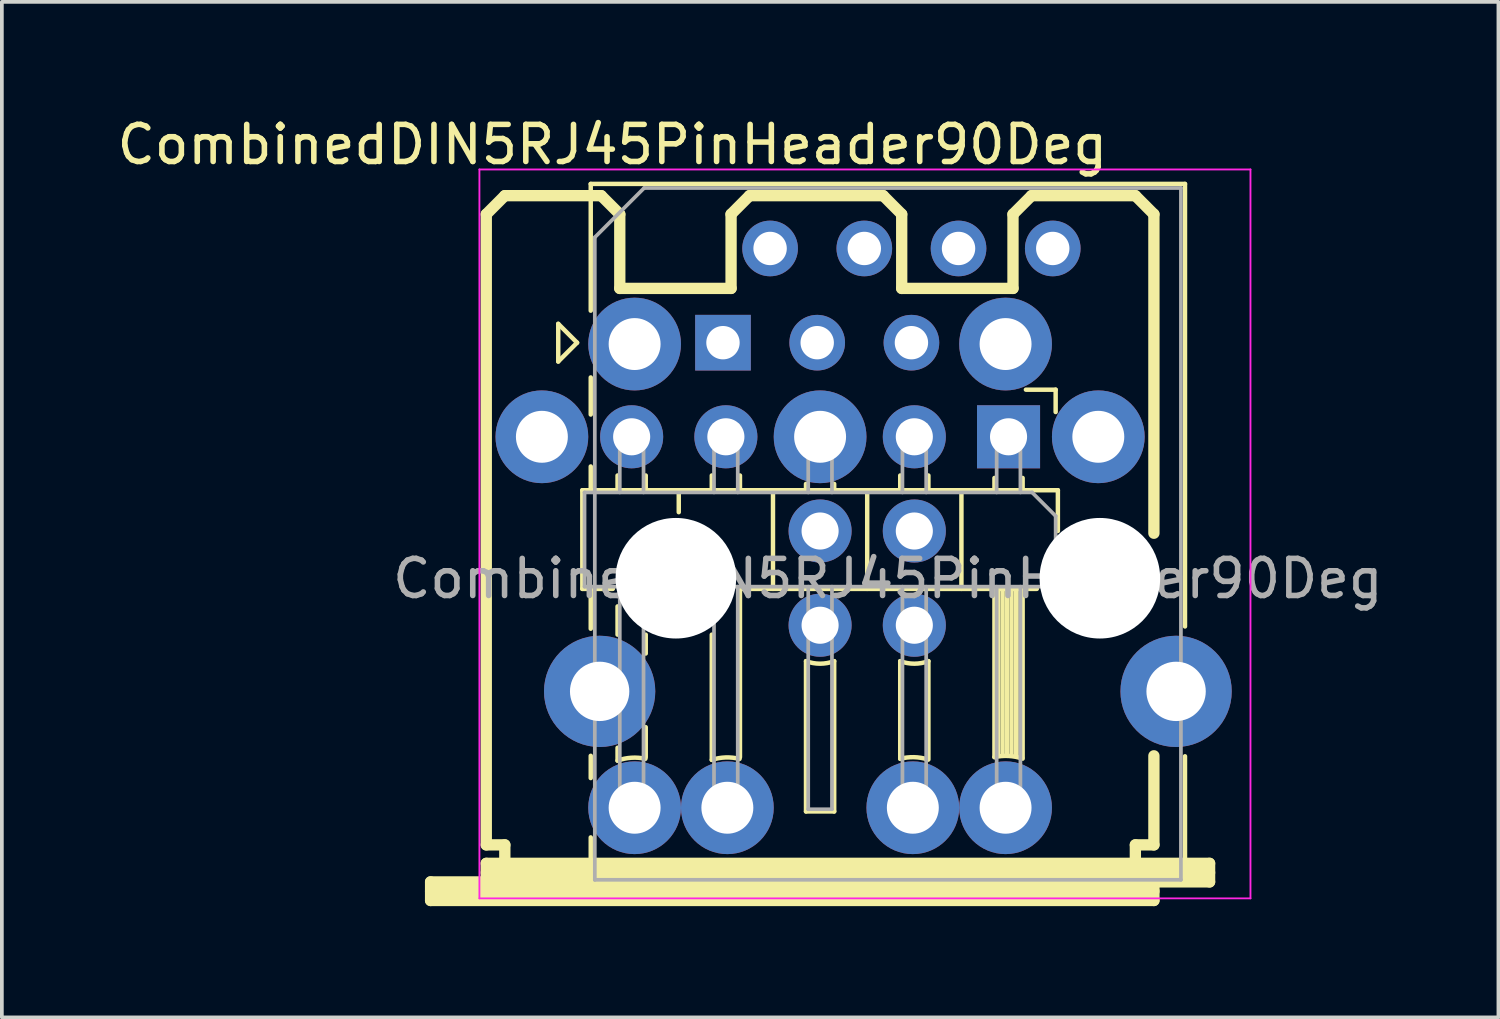
<source format=kicad_pcb>
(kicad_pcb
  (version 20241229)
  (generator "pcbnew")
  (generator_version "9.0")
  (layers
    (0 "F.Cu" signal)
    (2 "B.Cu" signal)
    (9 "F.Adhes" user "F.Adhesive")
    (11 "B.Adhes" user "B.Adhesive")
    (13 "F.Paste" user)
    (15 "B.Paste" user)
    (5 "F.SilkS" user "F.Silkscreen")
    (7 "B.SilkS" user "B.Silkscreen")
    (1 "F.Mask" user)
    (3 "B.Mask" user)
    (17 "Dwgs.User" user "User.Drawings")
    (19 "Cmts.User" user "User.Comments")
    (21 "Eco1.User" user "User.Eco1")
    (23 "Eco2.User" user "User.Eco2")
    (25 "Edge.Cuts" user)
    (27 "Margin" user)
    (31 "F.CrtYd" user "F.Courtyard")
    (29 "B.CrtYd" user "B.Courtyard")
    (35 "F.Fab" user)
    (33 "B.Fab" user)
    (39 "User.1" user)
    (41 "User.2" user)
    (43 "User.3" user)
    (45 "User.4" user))
  (footprint "CombinedDIN5RJ45PinHeader90Deg"
    (layer "F.Cu")
    (at 19.058 11.725)
    (property "Reference" "CombinedDIN5RJ45PinHeader90Deg" (at -5.6 -10.877 0) (layer "F.SilkS") (effects (font (size 1 1) (thickness 0.15))))
    (attr through_hole)
    (fp_line (start -10.5 8.999) (end -8.999 8.999) (stroke (width 0.305) (type solid)) (layer "F.SilkS"))
    (fp_line (start -10.5 9.251) (end 8.999 9.251) (stroke (width 0.305) (type solid)) (layer "F.SilkS"))
    (fp_line (start -10.5 9.5) (end -10.5 8.999) (stroke (width 0.305) (type solid)) (layer "F.SilkS"))
    (fp_line (start -8.999 -8.999) (end -8.999 8.001) (stroke (width 0.305) (type solid)) (layer "F.SilkS"))
    (fp_line (start -8.999 -8.999) (end -8.499 -9.5) (stroke (width 0.305) (type solid)) (layer "F.SilkS"))
    (fp_line (start -8.999 8.001) (end -8.499 8.001) (stroke (width 0.305) (type solid)) (layer "F.SilkS"))
    (fp_line (start -8.999 8.499) (end 10.5 8.499) (stroke (width 0.305) (type solid)) (layer "F.SilkS"))
    (fp_line (start -8.999 8.75) (end 10.5 8.75) (stroke (width 0.305) (type solid)) (layer "F.SilkS"))
    (fp_line (start -8.999 8.999) (end -8.999 8.499) (stroke (width 0.305) (type solid)) (layer "F.SilkS"))
    (fp_line (start -8.499 -9.5) (end -5.9 -9.5) (stroke (width 0.305) (type solid)) (layer "F.SilkS"))
    (fp_line (start -8.499 8.001) (end -8.499 8.499) (stroke (width 0.305) (type solid)) (layer "F.SilkS"))
    (fp_line (start -7.059 -6.045) (end -7.059 -5.029) (stroke (width 0.12) (type solid)) (layer "F.SilkS"))
    (fp_line (start -7.059 -5.029) (end -6.551 -5.537) (stroke (width 0.12) (type solid)) (layer "F.SilkS"))
    (fp_line (start -6.551 -5.537) (end -7.059 -6.045) (stroke (width 0.12) (type solid)) (layer "F.SilkS"))
    (fp_line (start -6.41 -1.56) (end -6.41 1.1) (stroke (width 0.12) (type solid)) (layer "F.SilkS"))
    (fp_line (start -6.183 -9.817) (end -6.183 -6.4) (stroke (width 0.12) (type solid)) (layer "F.SilkS"))
    (fp_line (start -6.183 -3.6) (end -6.183 -4.6) (stroke (width 0.12) (type solid)) (layer "F.SilkS"))
    (fp_line (start -6.183 -2.2) (end -6.183 -1.56) (stroke (width 0.12) (type solid)) (layer "F.SilkS"))
    (fp_line (start -6.183 1.092) (end -6.183 2.174) (stroke (width 0.12) (type solid)) (layer "F.SilkS"))
    (fp_line (start -6.183 5.6) (end -6.183 6.2) (stroke (width 0.12) (type solid)) (layer "F.SilkS"))
    (fp_line (start -6.183 7.8) (end -6.183 9.053) (stroke (width 0.12) (type solid)) (layer "F.SilkS"))
    (fp_line (start -5.9 -9.5) (end -5.4 -9) (stroke (width 0.305) (type solid)) (layer "F.SilkS"))
    (fp_line (start -5.588 1.1) (end -6.41 1.1) (stroke (width 0.12) (type solid)) (layer "F.SilkS"))
    (fp_line (start -5.46 -1.957) (end -5.46 -1.56) (stroke (width 0.12) (type solid)) (layer "F.SilkS"))
    (fp_line (start -5.46 2.334) (end -5.46 1.572) (stroke (width 0.12) (type solid)) (layer "F.SilkS"))
    (fp_line (start -5.46 5.382) (end -5.46 5.73) (stroke (width 0.12) (type solid)) (layer "F.SilkS"))
    (fp_line (start -5.4 -8.999) (end -5.4 -7) (stroke (width 0.305) (type solid)) (layer "F.SilkS"))
    (fp_line (start -5.4 -7) (end -2.4 -7) (stroke (width 0.305) (type solid)) (layer "F.SilkS"))
    (fp_line (start -4.7 -1.957) (end -4.7 -1.56) (stroke (width 0.12) (type solid)) (layer "F.SilkS"))
    (fp_line (start -4.7 2.334) (end -4.7 2.842) (stroke (width 0.12) (type solid)) (layer "F.SilkS"))
    (fp_line (start -4.7 4.828) (end -4.7 5.636) (stroke (width 0.12) (type solid)) (layer "F.SilkS"))
    (fp_line (start -3.81 -1.56) (end -3.81 -0.968) (stroke (width 0.12) (type solid)) (layer "F.SilkS"))
    (fp_line (start -2.92 -1.957) (end -2.92 -1.56) (stroke (width 0.12) (type solid)) (layer "F.SilkS"))
    (fp_line (start -2.92 5.71) (end -2.92 2.334) (stroke (width 0.12) (type solid)) (layer "F.SilkS"))
    (fp_line (start -2.4 -8.999) (end -2.4 -7) (stroke (width 0.305) (type solid)) (layer "F.SilkS"))
    (fp_line (start -2.16 -1.957) (end -2.16 -1.56) (stroke (width 0.12) (type solid)) (layer "F.SilkS"))
    (fp_line (start -2.16 1.1) (end -2.16 5.636) (stroke (width 0.12) (type solid)) (layer "F.SilkS"))
    (fp_line (start -2.16 1.1) (end 5.842 1.1) (stroke (width 0.12) (type solid)) (layer "F.SilkS"))
    (fp_line (start -1.902 -9.5) (end -2.4 -9) (stroke (width 0.305) (type solid)) (layer "F.SilkS"))
    (fp_line (start -1.902 -9.5) (end 1.702 -9.5) (stroke (width 0.305) (type solid)) (layer "F.SilkS"))
    (fp_line (start -1.27 -1.56) (end -1.27 1.1) (stroke (width 0.12) (type solid)) (layer "F.SilkS"))
    (fp_line (start -0.38 -1.73) (end -0.38 -1.56) (stroke (width 0.12) (type solid)) (layer "F.SilkS"))
    (fp_line (start -0.38 7.1) (end -0.38 3.048) (stroke (width 0.12) (type solid)) (layer "F.SilkS"))
    (fp_line (start 0.38 -1.73) (end 0.38 -1.56) (stroke (width 0.12) (type solid)) (layer "F.SilkS"))
    (fp_line (start 0.38 3.048) (end 0.38 7.1) (stroke (width 0.12) (type solid)) (layer "F.SilkS"))
    (fp_line (start 0.38 7.1) (end -0.38 7.1) (stroke (width 0.12) (type solid)) (layer "F.SilkS"))
    (fp_line (start 1.27 -1.56) (end 1.27 1.1) (stroke (width 0.12) (type solid)) (layer "F.SilkS"))
    (fp_line (start 1.702 -9.5) (end 2.2 -9) (stroke (width 0.305) (type solid)) (layer "F.SilkS"))
    (fp_line (start 2.16 -1.957) (end 2.16 -1.56) (stroke (width 0.12) (type solid)) (layer "F.SilkS"))
    (fp_line (start 2.16 5.68) (end 2.16 3.048) (stroke (width 0.12) (type solid)) (layer "F.SilkS"))
    (fp_line (start 2.2 -8.999) (end 2.2 -7) (stroke (width 0.305) (type solid)) (layer "F.SilkS"))
    (fp_line (start 2.92 -1.957) (end 2.92 -1.56) (stroke (width 0.12) (type solid)) (layer "F.SilkS"))
    (fp_line (start 2.92 3.048) (end 2.92 5.7) (stroke (width 0.12) (type solid)) (layer "F.SilkS"))
    (fp_line (start 3.81 -1.56) (end 3.81 1.1) (stroke (width 0.12) (type solid)) (layer "F.SilkS"))
    (fp_line (start 4.7 -1.89) (end 4.7 -1.56) (stroke (width 0.12) (type solid)) (layer "F.SilkS"))
    (fp_line (start 4.7 5.636) (end 4.7 1.1) (stroke (width 0.12) (type solid)) (layer "F.SilkS"))
    (fp_line (start 4.8 1.1) (end 4.8 5.6) (stroke (width 0.12) (type solid)) (layer "F.SilkS"))
    (fp_line (start 4.92 1.1) (end 4.92 5.6) (stroke (width 0.12) (type solid)) (layer "F.SilkS"))
    (fp_line (start 5.04 1.1) (end 5.04 5.6) (stroke (width 0.12) (type solid)) (layer "F.SilkS"))
    (fp_line (start 5.16 1.1) (end 5.16 5.6) (stroke (width 0.12) (type solid)) (layer "F.SilkS"))
    (fp_line (start 5.2 -8.999) (end 5.2 -7) (stroke (width 0.305) (type solid)) (layer "F.SilkS"))
    (fp_line (start 5.2 -7) (end 2.2 -7) (stroke (width 0.305) (type solid)) (layer "F.SilkS"))
    (fp_line (start 5.28 1.1) (end 5.28 5.6) (stroke (width 0.12) (type solid)) (layer "F.SilkS"))
    (fp_line (start 5.4 1.1) (end 5.4 5.6) (stroke (width 0.12) (type solid)) (layer "F.SilkS"))
    (fp_line (start 5.46 -1.89) (end 5.46 -1.56) (stroke (width 0.12) (type solid)) (layer "F.SilkS"))
    (fp_line (start 5.46 1.1) (end 5.46 5.636) (stroke (width 0.12) (type solid)) (layer "F.SilkS"))
    (fp_line (start 5.548 -4.27) (end 6.35 -4.27) (stroke (width 0.12) (type solid)) (layer "F.SilkS"))
    (fp_line (start 5.7 -9.5) (end 5.2 -8.999) (stroke (width 0.305) (type solid)) (layer "F.SilkS"))
    (fp_line (start 6.35 -4.27) (end 6.35 -3.668) (stroke (width 0.12) (type solid)) (layer "F.SilkS"))
    (fp_line (start 6.41 -1.56) (end -6.41 -1.56) (stroke (width 0.12) (type solid)) (layer "F.SilkS"))
    (fp_line (start 6.41 -0.46) (end 6.41 -1.56) (stroke (width 0.12) (type solid)) (layer "F.SilkS"))
    (fp_line (start 8.499 -9.5) (end 5.7 -9.5) (stroke (width 0.305) (type solid)) (layer "F.SilkS"))
    (fp_line (start 8.499 8.499) (end 8.499 8.001) (stroke (width 0.305) (type solid)) (layer "F.SilkS"))
    (fp_line (start 8.999 -8.999) (end 8.499 -9.5) (stroke (width 0.305) (type solid)) (layer "F.SilkS"))
    (fp_line (start 8.999 -8.999) (end 8.999 -0.4) (stroke (width 0.305) (type solid)) (layer "F.SilkS"))
    (fp_line (start 8.999 5.6) (end 8.999 8.001) (stroke (width 0.305) (type solid)) (layer "F.SilkS"))
    (fp_line (start 8.999 8.001) (end 8.499 8.001) (stroke (width 0.305) (type solid)) (layer "F.SilkS"))
    (fp_line (start 8.999 8.999) (end -8.999 8.999) (stroke (width 0.305) (type solid)) (layer "F.SilkS"))
    (fp_line (start 8.999 8.999) (end 8.999 9.5) (stroke (width 0.305) (type solid)) (layer "F.SilkS"))
    (fp_line (start 8.999 9.5) (end -10.5 9.5) (stroke (width 0.305) (type solid)) (layer "F.SilkS"))
    (fp_line (start 9.837 -9.817) (end -6.183 -9.817) (stroke (width 0.12) (type solid)) (layer "F.SilkS"))
    (fp_line (start 9.837 -9.817) (end 9.837 2.113) (stroke (width 0.12) (type solid)) (layer "F.SilkS"))
    (fp_line (start 9.837 5.613) (end 9.837 9.053) (stroke (width 0.12) (type solid)) (layer "F.SilkS"))
    (fp_line (start 9.837 9.053) (end -6.183 9.053) (stroke (width 0.12) (type solid)) (layer "F.SilkS"))
    (fp_line (start 10.5 8.499) (end 10.5 8.999) (stroke (width 0.305) (type solid)) (layer "F.SilkS"))
    (fp_line (start 10.5 8.999) (end 8.999 8.999) (stroke (width 0.305) (type solid)) (layer "F.SilkS"))
    (fp_arc (start -5.46 5.730001) (mid -5.088418 5.652157) (end -4.709851 5.680791) (stroke (width 0.12) (type solid)) (layer "F.SilkS"))
    (fp_arc (start -2.92 5.71) (mid -2.547791 5.644192) (end -2.171872 5.683629) (stroke (width 0.12) (type solid)) (layer "F.SilkS"))
    (fp_arc (start 0.38 3.047999) (mid 0 3.116737) (end -0.38 3.047999) (stroke (width 0.12) (type solid)) (layer "F.SilkS"))
    (fp_arc (start 2.16 5.680001) (mid 2.531763 5.637286) (end 2.901132 5.697276) (stroke (width 0.12) (type solid)) (layer "F.SilkS"))
    (fp_arc (start 2.92 3.047999) (mid 2.54 3.116737) (end 2.16 3.047999) (stroke (width 0.12) (type solid)) (layer "F.SilkS"))
    (fp_arc (start 4.7 5.636001) (mid 5.082765 5.604599) (end 5.46 5.676628) (stroke (width 0.12) (type solid)) (layer "F.SilkS"))
    (fp_line (start -9.184 -10.207) (end 11.602 -10.207) (stroke (width 0.05) (type solid)) (layer "F.CrtYd"))
    (fp_line (start -9.184 9.443) (end -9.184 -10.207) (stroke (width 0.05) (type solid)) (layer "F.CrtYd"))
    (fp_line (start 11.602 -10.207) (end 11.602 9.443) (stroke (width 0.05) (type solid)) (layer "F.CrtYd"))
    (fp_line (start 11.602 9.443) (end -9.184 9.443) (stroke (width 0.05) (type solid)) (layer "F.CrtYd"))
    (fp_line (start -6.35 -1.5) (end 5.715 -1.5) (stroke (width 0.1) (type solid)) (layer "F.Fab"))
    (fp_line (start -6.35 1.04) (end -6.35 -1.5) (stroke (width 0.1) (type solid)) (layer "F.Fab"))
    (fp_line (start -6.073 -8.377) (end -6.073 8.943) (stroke (width 0.1) (type solid)) (layer "F.Fab"))
    (fp_line (start -6.073 -8.377) (end -4.743 -9.707) (stroke (width 0.1) (type solid)) (layer "F.Fab"))
    (fp_line (start -5.4 -3.32) (end -5.4 -1.5) (stroke (width 0.1) (type solid)) (layer "F.Fab"))
    (fp_line (start -5.4 1.04) (end -5.4 7.04) (stroke (width 0.1) (type solid)) (layer "F.Fab"))
    (fp_line (start -4.76 -3.32) (end -5.4 -3.32) (stroke (width 0.1) (type solid)) (layer "F.Fab"))
    (fp_line (start -4.76 -3.32) (end -4.76 -1.5) (stroke (width 0.1) (type solid)) (layer "F.Fab"))
    (fp_line (start -4.76 1.04) (end -4.76 7.04) (stroke (width 0.1) (type solid)) (layer "F.Fab"))
    (fp_line (start -4.76 7.04) (end -5.4 7.04) (stroke (width 0.1) (type solid)) (layer "F.Fab"))
    (fp_line (start -2.86 -3.32) (end -2.86 -1.5) (stroke (width 0.1) (type solid)) (layer "F.Fab"))
    (fp_line (start -2.86 1.04) (end -2.86 7.04) (stroke (width 0.1) (type solid)) (layer "F.Fab"))
    (fp_line (start -2.22 -3.32) (end -2.86 -3.32) (stroke (width 0.1) (type solid)) (layer "F.Fab"))
    (fp_line (start -2.22 -3.32) (end -2.22 -1.5) (stroke (width 0.1) (type solid)) (layer "F.Fab"))
    (fp_line (start -2.22 1.04) (end -2.22 7.04) (stroke (width 0.1) (type solid)) (layer "F.Fab"))
    (fp_line (start -2.22 7.04) (end -2.86 7.04) (stroke (width 0.1) (type solid)) (layer "F.Fab"))
    (fp_line (start -0.32 -3.32) (end -0.32 -1.5) (stroke (width 0.1) (type solid)) (layer "F.Fab"))
    (fp_line (start -0.32 1.04) (end -0.32 7.04) (stroke (width 0.1) (type solid)) (layer "F.Fab"))
    (fp_line (start 0.32 -3.32) (end -0.32 -3.32) (stroke (width 0.1) (type solid)) (layer "F.Fab"))
    (fp_line (start 0.32 -3.32) (end 0.32 -1.5) (stroke (width 0.1) (type solid)) (layer "F.Fab"))
    (fp_line (start 0.32 1.04) (end 0.32 7.04) (stroke (width 0.1) (type solid)) (layer "F.Fab"))
    (fp_line (start 0.32 7.04) (end -0.32 7.04) (stroke (width 0.1) (type solid)) (layer "F.Fab"))
    (fp_line (start 2.22 -3.32) (end 2.22 -1.5) (stroke (width 0.1) (type solid)) (layer "F.Fab"))
    (fp_line (start 2.22 1.04) (end 2.22 7.04) (stroke (width 0.1) (type solid)) (layer "F.Fab"))
    (fp_line (start 2.86 -3.32) (end 2.22 -3.32) (stroke (width 0.1) (type solid)) (layer "F.Fab"))
    (fp_line (start 2.86 -3.32) (end 2.86 -1.5) (stroke (width 0.1) (type solid)) (layer "F.Fab"))
    (fp_line (start 2.86 1.04) (end 2.86 7.04) (stroke (width 0.1) (type solid)) (layer "F.Fab"))
    (fp_line (start 2.86 7.04) (end 2.22 7.04) (stroke (width 0.1) (type solid)) (layer "F.Fab"))
    (fp_line (start 4.76 -3.32) (end 4.76 -1.5) (stroke (width 0.1) (type solid)) (layer "F.Fab"))
    (fp_line (start 4.76 1.04) (end 4.76 7.04) (stroke (width 0.1) (type solid)) (layer "F.Fab"))
    (fp_line (start 5.4 -3.32) (end 4.76 -3.32) (stroke (width 0.1) (type solid)) (layer "F.Fab"))
    (fp_line (start 5.4 -3.32) (end 5.4 -1.5) (stroke (width 0.1) (type solid)) (layer "F.Fab"))
    (fp_line (start 5.4 1.04) (end 5.4 7.04) (stroke (width 0.1) (type solid)) (layer "F.Fab"))
    (fp_line (start 5.4 7.04) (end 4.76 7.04) (stroke (width 0.1) (type solid)) (layer "F.Fab"))
    (fp_line (start 5.715 -1.5) (end 6.35 -0.865) (stroke (width 0.1) (type solid)) (layer "F.Fab"))
    (fp_line (start 6.35 -0.865) (end 6.35 1.04) (stroke (width 0.1) (type solid)) (layer "F.Fab"))
    (fp_line (start 6.35 1.04) (end -6.35 1.04) (stroke (width 0.1) (type solid)) (layer "F.Fab"))
    (fp_line (start 9.727 -9.707) (end -4.743 -9.707) (stroke (width 0.1) (type solid)) (layer "F.Fab"))
    (fp_line (start 9.727 8.943) (end -6.073 8.943) (stroke (width 0.1) (type solid)) (layer "F.Fab"))
    (fp_line (start 9.727 8.943) (end 9.727 -9.707) (stroke (width 0.1) (type solid)) (layer "F.Fab"))
    (fp_text user "${REFERENCE}" (at 1.827 0.823 0) (layer "F.Fab") (effects (font (size 1 1) (thickness 0.15))))
    (pad "" np_thru_hole circle (at -3.888 0.813) (size 3.25 3.25) (drill 3.25) (layers "*.Cu" "*.Mask"))
    (pad "" np_thru_hole circle (at 7.542 0.813 180) (size 3.25 3.25) (drill 3.25) (layers "*.Cu" "*.Mask"))
    (pad "1" thru_hole rect (at 5.08 -3 270) (size 1.7 1.7) (drill 1) (layers "*.Cu" "*.Mask"))
    (pad "1" thru_hole circle (at 7.5 -3) (size 2.5 2.5) (drill 1.4) (layers "*.Cu" "*.Mask"))
    (pad "2" thru_hole circle (at -5.943 3.863) (size 3 3) (drill 1.6) (layers "*.Cu" "*.Mask"))
    (pad "2" thru_hole circle (at -5 7) (size 2.5 2.5) (drill 1.4) (layers "*.Cu" "*.Mask"))
    (pad "2" thru_hole circle (at -2.5 7) (size 2.5 2.5) (drill 1.4) (layers "*.Cu" "*.Mask"))
    (pad "2" thru_hole circle (at 0 -3) (size 2.5 2.5) (drill 1.4) (layers "*.Cu" "*.Mask"))
    (pad "2" thru_hole circle (at 2.5 7) (size 2.5 2.5) (drill 1.4) (layers "*.Cu" "*.Mask"))
    (pad "2" thru_hole oval (at 2.54 -0.46 270) (size 1.7 1.7) (drill 1) (layers "*.Cu" "*.Mask"))
    (pad "2" thru_hole oval (at 2.54 2.08 270) (size 1.7 1.7) (drill 1) (layers "*.Cu" "*.Mask"))
    (pad "2" thru_hole circle (at 5 7) (size 2.5 2.5) (drill 1.4) (layers "*.Cu" "*.Mask"))
    (pad "2" thru_hole circle (at 9.597 3.863 180) (size 3 3) (drill 1.6) (layers "*.Cu" "*.Mask"))
    (pad "3" thru_hole circle (at -7.5 -3) (size 2.5 2.5) (drill 1.4) (layers "*.Cu" "*.Mask"))
    (pad "3" thru_hole oval (at -5.08 -3 270) (size 1.7 1.7) (drill 1) (layers "*.Cu" "*.Mask"))
    (pad "4" thru_hole oval (at 2.54 -3 270) (size 1.7 1.7) (drill 1) (layers "*.Cu" "*.Mask"))
    (pad "4" thru_hole circle (at 5 -5.5) (size 2.5 2.5) (drill 1.4) (layers "*.Cu" "*.Mask"))
    (pad "5" thru_hole circle (at -5 -5.5) (size 2.5 2.5) (drill 1.4) (layers "*.Cu" "*.Mask"))
    (pad "5" thru_hole oval (at -2.54 -3 270) (size 1.7 1.7) (drill 1) (layers "*.Cu" "*.Mask"))
    (pad "6" thru_hole oval (at 0 -0.46 270) (size 1.7 1.7) (drill 1) (layers "*.Cu" "*.Mask"))
    (pad "7" thru_hole oval (at 0 2.08 270) (size 1.7 1.7) (drill 1) (layers "*.Cu" "*.Mask"))
    (pad "11" thru_hole rect (at -2.618 -5.537 180) (size 1.5 1.5) (drill 0.9) (layers "*.Cu" "*.Mask"))
    (pad "12" thru_hole circle (at -1.348 -8.077 180) (size 1.5 1.5) (drill 0.9) (layers "*.Cu" "*.Mask"))
    (pad "13" thru_hole circle (at -0.078 -5.537 180) (size 1.5 1.5) (drill 0.9) (layers "*.Cu" "*.Mask"))
    (pad "14" thru_hole circle (at 1.192 -8.077 180) (size 1.5 1.5) (drill 0.9) (layers "*.Cu" "*.Mask"))
    (pad "15" thru_hole circle (at 2.462 -5.537 180) (size 1.5 1.5) (drill 0.9) (layers "*.Cu" "*.Mask"))
    (pad "16" thru_hole circle (at 3.732 -8.077 180) (size 1.5 1.5) (drill 0.9) (layers "*.Cu" "*.Mask"))
    (pad "18" thru_hole circle (at 6.272 -8.077 180) (size 1.5 1.5) (drill 0.9) (layers "*.Cu" "*.Mask")))
  (gr_rect
    (start -3 -3)
    (end 37.344 24.377)
    (stroke (width 0.1) (type default))
    (fill no)
    (layer "Edge.Cuts")))
</source>
